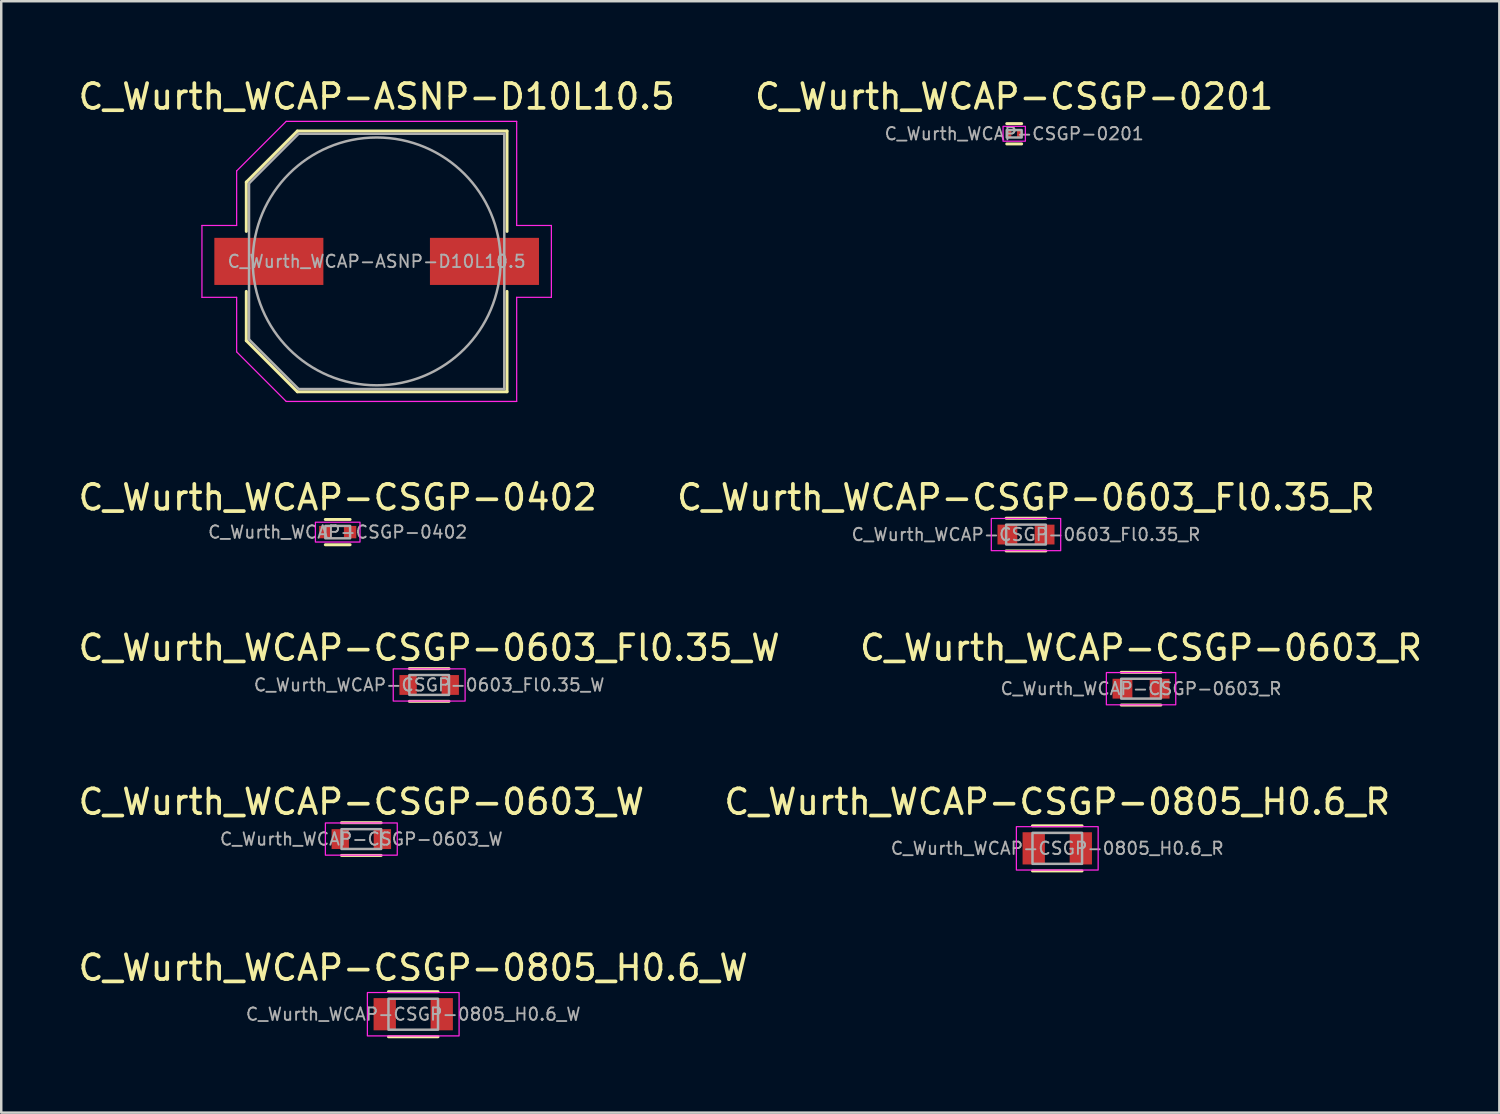
<source format=kicad_pcb>
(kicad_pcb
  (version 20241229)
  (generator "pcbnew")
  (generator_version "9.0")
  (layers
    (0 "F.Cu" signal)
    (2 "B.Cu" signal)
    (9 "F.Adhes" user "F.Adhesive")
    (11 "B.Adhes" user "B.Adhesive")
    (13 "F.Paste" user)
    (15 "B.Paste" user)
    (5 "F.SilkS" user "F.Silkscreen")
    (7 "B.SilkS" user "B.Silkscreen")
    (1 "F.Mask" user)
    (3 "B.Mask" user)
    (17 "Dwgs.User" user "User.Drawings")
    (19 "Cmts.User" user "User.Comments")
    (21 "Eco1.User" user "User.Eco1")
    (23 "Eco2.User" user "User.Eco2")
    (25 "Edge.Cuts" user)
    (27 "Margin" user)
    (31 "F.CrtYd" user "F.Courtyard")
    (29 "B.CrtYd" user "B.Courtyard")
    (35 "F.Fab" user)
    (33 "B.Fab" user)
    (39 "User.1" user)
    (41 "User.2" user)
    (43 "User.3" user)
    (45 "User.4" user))
  (footprint "C_Wurth_WCAP-CSGP-0603_Fl0.35_R"
    (layer "F.Cu")
    (at 38.351 18.521)
    (property "Reference" "C_Wurth_WCAP-CSGP-0603_Fl0.35_R" (at 0 -1.5 0) (unlocked yes) (layer "F.SilkS") (effects (font (size 1 1) (thickness 0.15))))
    (attr smd)
    (fp_line (start -0.8 -0.66) (end 0.8 -0.66) (stroke (width 0.12) (type default)) (layer "F.SilkS"))
    (fp_line (start -0.8 0.66) (end 0.8 0.66) (stroke (width 0.12) (type default)) (layer "F.SilkS"))
    (fp_rect (start -1.4 -0.65) (end 1.4 0.65) (stroke (width 0.05) (type default)) (fill no) (layer "F.CrtYd"))
    (fp_rect (start -0.8 -0.4) (end 0.8 0.4) (stroke (width 0.1) (type default)) (fill no) (layer "F.Fab"))
    (fp_text user "${REFERENCE}" (at 0 0 0) (unlocked yes) (layer "F.Fab") (effects (font (size 0.5 0.5) (thickness 0.075))))
    (pad "1" smd rect (at -0.75 0) (size 0.8 0.8) (layers "F.Cu" "F.Mask" "F.Paste"))
    (pad "2" smd rect (at 0.75 0) (size 0.8 0.8) (layers "F.Cu" "F.Mask" "F.Paste")))
  (footprint "C_Wurth_WCAP-CSGP-0603_R"
    (layer "F.Cu")
    (at 42.994 24.74)
    (property "Reference" "C_Wurth_WCAP-CSGP-0603_R" (at 0 -1.65 0) (unlocked yes) (layer "F.SilkS") (effects (font (size 1 1) (thickness 0.15))))
    (attr smd)
    (fp_line (start -0.8 -0.66) (end 0.8 -0.66) (stroke (width 0.12) (type solid)) (layer "F.SilkS"))
    (fp_line (start -0.8 0.66) (end 0.8 0.66) (stroke (width 0.12) (type solid)) (layer "F.SilkS"))
    (fp_rect (start -1.4 -0.65) (end 1.4 0.65) (stroke (width 0.05) (type solid)) (fill no) (layer "F.CrtYd"))
    (fp_rect (start -0.8 -0.4) (end 0.8 0.4) (stroke (width 0.1) (type solid)) (fill no) (layer "F.Fab"))
    (fp_text user "${REFERENCE}" (at 0 0 0) (unlocked yes) (layer "F.Fab") (effects (font (size 0.5 0.5) (thickness 0.075))))
    (pad "1" smd rect (at -0.75 0) (size 0.8 0.8) (layers "F.Cu" "F.Mask" "F.Paste"))
    (pad "2" smd rect (at 0.75 0) (size 0.8 0.8) (layers "F.Cu" "F.Mask" "F.Paste")))
  (footprint "C_Wurth_WCAP-CSGP-0603_W"
    (layer "F.Cu")
    (at 11.53 30.808)
    (property "Reference" "C_Wurth_WCAP-CSGP-0603_W" (at 0 -1.5 0) (unlocked yes) (layer "F.SilkS") (effects (font (size 1 1) (thickness 0.15))))
    (attr smd)
    (fp_line (start -0.8 -0.66) (end 0.8 -0.66) (stroke (width 0.12) (type default)) (layer "F.SilkS"))
    (fp_line (start -0.8 0.66) (end 0.8 0.66) (stroke (width 0.12) (type default)) (layer "F.SilkS"))
    (fp_rect (start -1.45 -0.65) (end 1.45 0.65) (stroke (width 0.05) (type default)) (fill no) (layer "F.CrtYd"))
    (fp_rect (start -0.8 -0.4) (end 0.8 0.4) (stroke (width 0.1) (type default)) (fill no) (layer "F.Fab"))
    (fp_text user "${REFERENCE}" (at 0 0 0) (unlocked yes) (layer "F.Fab") (effects (font (size 0.5 0.5) (thickness 0.075))))
    (pad "1" smd rect (at -0.85 0) (size 0.7 0.8) (layers "F.Cu" "F.Mask" "F.Paste"))
    (pad "2" smd rect (at 0.85 0) (size 0.7 0.8) (layers "F.Cu" "F.Mask" "F.Paste")))
  (footprint "C_Wurth_WCAP-CSGP-0805_H0.6_W"
    (layer "F.Cu")
    (at 13.625 37.876)
    (property "Reference" "C_Wurth_WCAP-CSGP-0805_H0.6_W" (at 0 -1.875 0) (unlocked yes) (layer "F.SilkS") (effects (font (size 1 1) (thickness 0.15))))
    (attr smd)
    (fp_line (start -1 -0.91) (end 1 -0.91) (stroke (width 0.12) (type solid)) (layer "F.SilkS"))
    (fp_line (start -1 0.91) (end 1 0.91) (stroke (width 0.12) (type solid)) (layer "F.SilkS"))
    (fp_rect (start -1.85 -0.875) (end 1.85 0.875) (stroke (width 0.05) (type solid)) (fill no) (layer "F.CrtYd"))
    (fp_rect (start -1 -0.625) (end 1 0.625) (stroke (width 0.1) (type solid)) (fill no) (layer "F.Fab"))
    (fp_text user "${REFERENCE}" (at 0 0 0) (unlocked yes) (layer "F.Fab") (effects (font (size 0.5 0.5) (thickness 0.075))))
    (pad "1" smd rect (at -1.15 0) (size 0.9 1.3) (layers "F.Cu" "F.Mask" "F.Paste"))
    (pad "2" smd rect (at 1.15 0) (size 0.9 1.3) (layers "F.Cu" "F.Mask" "F.Paste")))
  (footprint "C_Wurth_WCAP-CSGP-0201"
    (layer "F.Cu")
    (at 37.875 2.348)
    (property "Reference" "C_Wurth_WCAP-CSGP-0201" (at 0 -1.5 0) (unlocked yes) (layer "F.SilkS") (effects (font (size 1 1) (thickness 0.15))))
    (attr smd)
    (fp_line (start -0.3 -0.41) (end 0.3 -0.41) (stroke (width 0.12) (type default)) (layer "F.SilkS"))
    (fp_line (start -0.3 0.41) (end 0.3 0.41) (stroke (width 0.12) (type default)) (layer "F.SilkS"))
    (fp_rect (start -0.45 -0.3) (end 0.45 0.3) (stroke (width 0.05) (type default)) (fill no) (layer "F.CrtYd"))
    (fp_rect (start -0.3 -0.15) (end 0.3 0.15) (stroke (width 0.1) (type default)) (fill no) (layer "F.Fab"))
    (fp_text user "${REFERENCE}" (at 0 0 0) (unlocked yes) (layer "F.Fab") (effects (font (size 0.5 0.5) (thickness 0.075))))
    (pad "1" smd rect (at -0.22 0) (size 0.21 0.3) (layers "F.Cu" "F.Mask" "F.Paste"))
    (pad "2" smd rect (at 0.22 0) (size 0.21 0.3) (layers "F.Cu" "F.Mask" "F.Paste")))
  (footprint "C_Wurth_WCAP-CSGP-0603_Fl0.35_W"
    (layer "F.Cu")
    (at 14.268 24.59)
    (property "Reference" "C_Wurth_WCAP-CSGP-0603_Fl0.35_W" (at 0 -1.5 0) (unlocked yes) (layer "F.SilkS") (effects (font (size 1 1) (thickness 0.15))))
    (attr smd)
    (fp_line (start -0.8 -0.66) (end 0.8 -0.66) (stroke (width 0.12) (type default)) (layer "F.SilkS"))
    (fp_line (start -0.8 0.66) (end 0.8 0.66) (stroke (width 0.12) (type default)) (layer "F.SilkS"))
    (fp_rect (start -1.45 -0.65) (end 1.45 0.65) (stroke (width 0.05) (type default)) (fill no) (layer "F.CrtYd"))
    (fp_rect (start -0.8 -0.4) (end 0.8 0.4) (stroke (width 0.1) (type default)) (fill no) (layer "F.Fab"))
    (fp_text user "${REFERENCE}" (at 0 0 0) (unlocked yes) (layer "F.Fab") (effects (font (size 0.5 0.5) (thickness 0.075))))
    (pad "1" smd rect (at -0.85 0) (size 0.7 0.8) (layers "F.Cu" "F.Mask" "F.Paste"))
    (pad "2" smd rect (at 0.85 0) (size 0.7 0.8) (layers "F.Cu" "F.Mask" "F.Paste")))
  (footprint "C_Wurth_WCAP-ASNP-D10L10.5"
    (layer "F.Cu")
    (at 12.149 7.498)
    (property "Reference" "C_Wurth_WCAP-ASNP-D10L10.5" (at 0 -6.65 0) (unlocked yes) (layer "F.SilkS") (effects (font (size 1 1) (thickness 0.15))))
    (attr smd)
    (fp_line (start -5.26 -3.2) (end -5.26 -1.21) (stroke (width 0.12) (type default)) (layer "F.SilkS"))
    (fp_line (start -5.26 -3.2) (end -3.2 -5.26) (stroke (width 0.12) (type default)) (layer "F.SilkS"))
    (fp_line (start -5.26 3.2) (end -5.26 1.21) (stroke (width 0.12) (type default)) (layer "F.SilkS"))
    (fp_line (start -5.26 3.2) (end -3.2 5.26) (stroke (width 0.12) (type default)) (layer "F.SilkS"))
    (fp_line (start -3.2 -5.26) (end 5.26 -5.26) (stroke (width 0.12) (type solid)) (layer "F.SilkS"))
    (fp_line (start -3.2 5.26) (end 5.26 5.26) (stroke (width 0.12) (type solid)) (layer "F.SilkS"))
    (fp_line (start 5.26 -5.26) (end 5.26 -1.21) (stroke (width 0.12) (type default)) (layer "F.SilkS"))
    (fp_line (start 5.26 1.21) (end 5.26 5.26) (stroke (width 0.12) (type default)) (layer "F.SilkS"))
    (fp_line (start -7.05 -1.45) (end -7.05 1.45) (stroke (width 0.05) (type default)) (layer "F.CrtYd"))
    (fp_line (start -7.05 -1.45) (end -5.65 -1.45) (stroke (width 0.05) (type default)) (layer "F.CrtYd"))
    (fp_line (start -7.05 1.45) (end -5.65 1.45) (stroke (width 0.05) (type default)) (layer "F.CrtYd"))
    (fp_line (start -5.65 -3.65) (end -5.65 -1.45) (stroke (width 0.05) (type default)) (layer "F.CrtYd"))
    (fp_line (start -5.65 -3.65) (end -3.65 -5.65) (stroke (width 0.05) (type default)) (layer "F.CrtYd"))
    (fp_line (start -5.65 1.45) (end -5.65 3.65) (stroke (width 0.05) (type default)) (layer "F.CrtYd"))
    (fp_line (start -5.65 3.65) (end -3.65 5.65) (stroke (width 0.05) (type default)) (layer "F.CrtYd"))
    (fp_line (start -3.65 -5.65) (end 5.65 -5.65) (stroke (width 0.05) (type default)) (layer "F.CrtYd"))
    (fp_line (start -3.65 5.65) (end 5.65 5.65) (stroke (width 0.05) (type default)) (layer "F.CrtYd"))
    (fp_line (start 5.65 -5.65) (end 5.65 -1.45) (stroke (width 0.05) (type default)) (layer "F.CrtYd"))
    (fp_line (start 5.65 -1.45) (end 7.05 -1.45) (stroke (width 0.05) (type default)) (layer "F.CrtYd"))
    (fp_line (start 5.65 1.45) (end 5.65 5.65) (stroke (width 0.05) (type default)) (layer "F.CrtYd"))
    (fp_line (start 5.65 1.45) (end 7.05 1.45) (stroke (width 0.05) (type default)) (layer "F.CrtYd"))
    (fp_line (start 7.05 -1.45) (end 7.05 1.45) (stroke (width 0.05) (type default)) (layer "F.CrtYd"))
    (fp_line (start -5.15 -3.15) (end -3.15 -5.15) (stroke (width 0.1) (type default)) (layer "F.Fab"))
    (fp_line (start -5.15 3.15) (end -5.15 -3.15) (stroke (width 0.1) (type default)) (layer "F.Fab"))
    (fp_line (start -3.15 -5.15) (end 5.15 -5.15) (stroke (width 0.1) (type default)) (layer "F.Fab"))
    (fp_line (start -3.15 5.15) (end -5.15 3.15) (stroke (width 0.1) (type default)) (layer "F.Fab"))
    (fp_line (start 5.15 -5.15) (end 5.15 5.15) (stroke (width 0.1) (type default)) (layer "F.Fab"))
    (fp_line (start 5.15 5.15) (end -3.15 5.15) (stroke (width 0.1) (type default)) (layer "F.Fab"))
    (fp_circle (center 0 0) (end 5 0) (stroke (width 0.1) (type default)) (fill no) (layer "F.Fab"))
    (fp_text user "${REFERENCE}" (at 0 0 0) (unlocked yes) (layer "F.Fab") (effects (font (size 0.5 0.5) (thickness 0.075))))
    (pad "1" smd rect (at -4.35 0) (size 4.4 1.9) (layers "F.Cu" "F.Mask" "F.Paste"))
    (pad "2" smd rect (at 4.35 0) (size 4.4 1.9) (layers "F.Cu" "F.Mask" "F.Paste")))
  (footprint "C_Wurth_WCAP-CSGP-0805_H0.6_R"
    (layer "F.Cu")
    (at 39.613 31.183)
    (property "Reference" "C_Wurth_WCAP-CSGP-0805_H0.6_R" (at 0 -1.875 0) (unlocked yes) (layer "F.SilkS") (effects (font (size 1 1) (thickness 0.15))))
    (attr smd)
    (fp_line (start -1 -0.91) (end 1 -0.91) (stroke (width 0.12) (type solid)) (layer "F.SilkS"))
    (fp_line (start -1 0.91) (end 1 0.91) (stroke (width 0.12) (type solid)) (layer "F.SilkS"))
    (fp_rect (start -1.65 -0.875) (end 1.65 0.875) (stroke (width 0.05) (type solid)) (fill no) (layer "F.CrtYd"))
    (fp_rect (start -1 -0.625) (end 1 0.625) (stroke (width 0.1) (type solid)) (fill no) (layer "F.Fab"))
    (fp_text user "${REFERENCE}" (at 0 0 0) (unlocked yes) (layer "F.Fab") (effects (font (size 0.5 0.5) (thickness 0.075))))
    (pad "1" smd rect (at -0.95 0) (size 0.9 1.3) (layers "F.Cu" "F.Mask" "F.Paste"))
    (pad "2" smd rect (at 0.95 0) (size 0.9 1.3) (layers "F.Cu" "F.Mask" "F.Paste")))
  (footprint "C_Wurth_WCAP-CSGP-0402"
    (layer "F.Cu")
    (at 10.577 18.422)
    (property "Reference" "C_Wurth_WCAP-CSGP-0402" (at 0 -1.4 0) (unlocked yes) (layer "F.SilkS") (effects (font (size 1 1) (thickness 0.15))))
    (attr smd)
    (fp_line (start -0.5 -0.51) (end 0.5 -0.51) (stroke (width 0.12) (type solid)) (layer "F.SilkS"))
    (fp_line (start -0.5 0.51) (end 0.5 0.51) (stroke (width 0.12) (type solid)) (layer "F.SilkS"))
    (fp_rect (start -0.9 -0.4) (end 0.9 0.4) (stroke (width 0.05) (type solid)) (fill no) (layer "F.CrtYd"))
    (fp_rect (start -0.5 -0.25) (end 0.5 0.25) (stroke (width 0.1) (type solid)) (fill no) (layer "F.Fab"))
    (fp_text user "${REFERENCE}" (at 0 0 0) (unlocked yes) (layer "F.Fab") (effects (font (size 0.5 0.5) (thickness 0.075))))
    (pad "1" smd rect (at -0.5 0) (size 0.5 0.5) (layers "F.Cu" "F.Mask" "F.Paste"))
    (pad "2" smd rect (at 0.5 0) (size 0.5 0.5) (layers "F.Cu" "F.Mask" "F.Paste")))
  (gr_rect
    (start -3 -3)
    (end 57.452 41.846)
    (stroke (width 0.1) (type default))
    (fill no)
    (layer "Edge.Cuts")))
</source>
